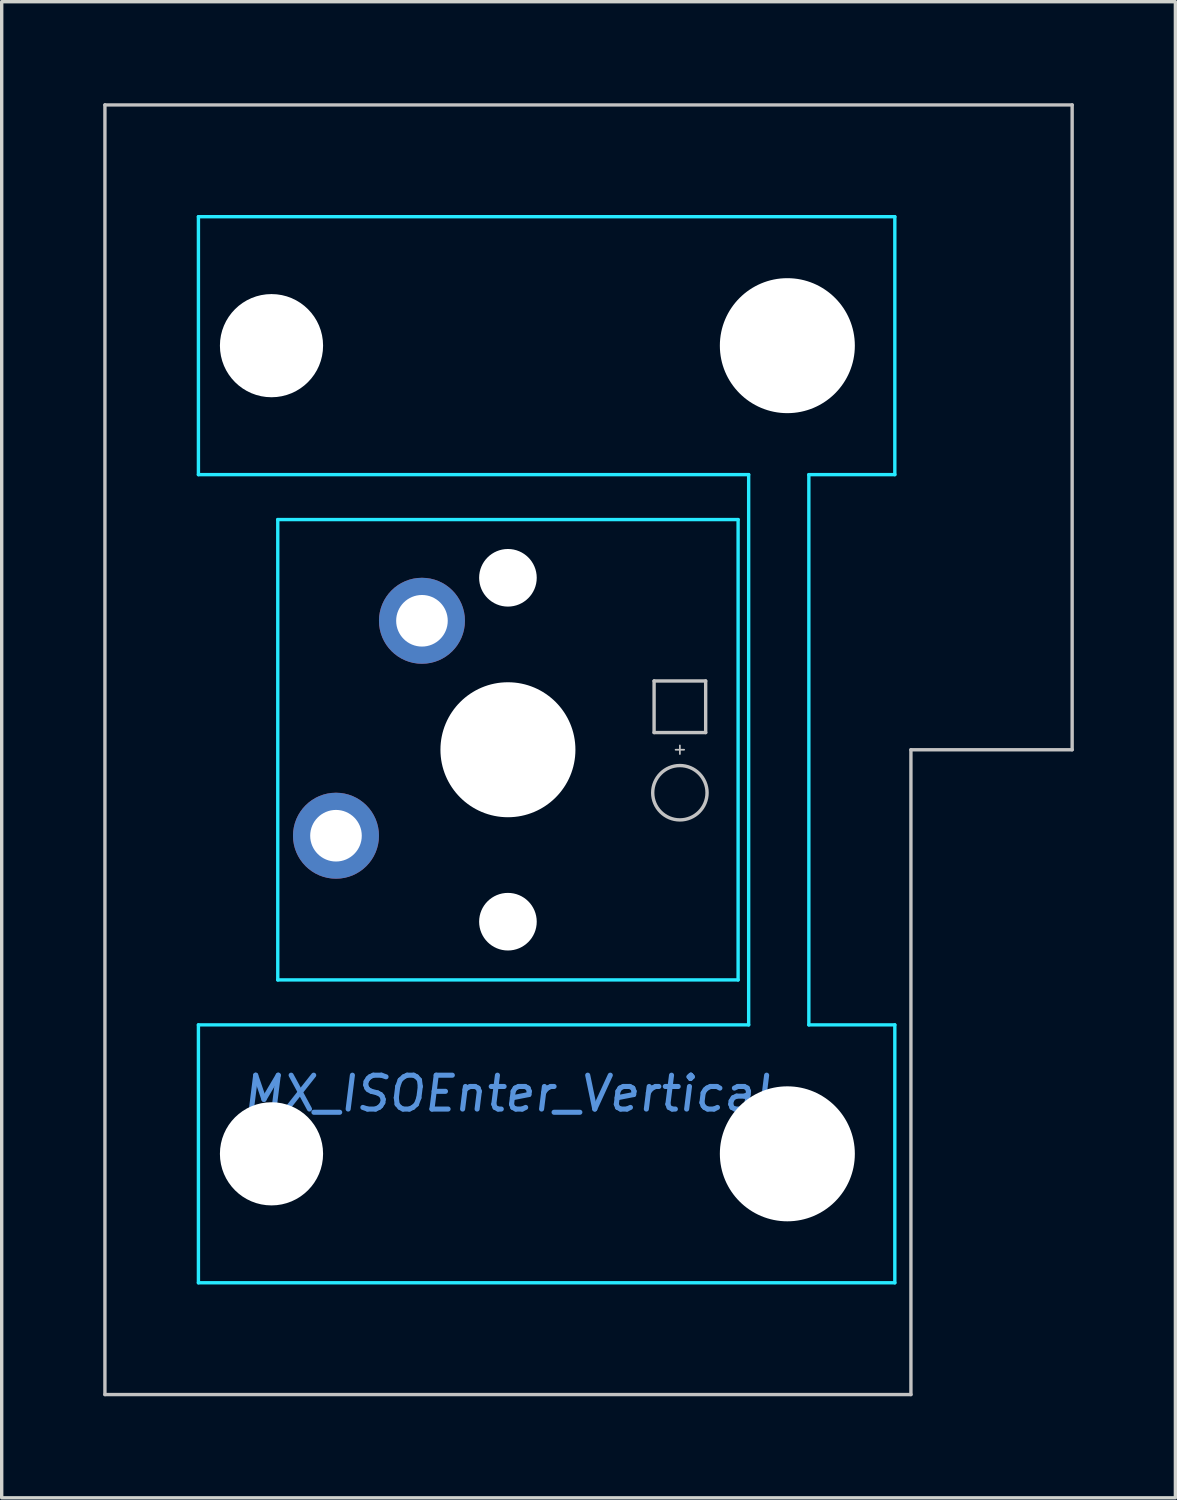
<source format=kicad_pcb>
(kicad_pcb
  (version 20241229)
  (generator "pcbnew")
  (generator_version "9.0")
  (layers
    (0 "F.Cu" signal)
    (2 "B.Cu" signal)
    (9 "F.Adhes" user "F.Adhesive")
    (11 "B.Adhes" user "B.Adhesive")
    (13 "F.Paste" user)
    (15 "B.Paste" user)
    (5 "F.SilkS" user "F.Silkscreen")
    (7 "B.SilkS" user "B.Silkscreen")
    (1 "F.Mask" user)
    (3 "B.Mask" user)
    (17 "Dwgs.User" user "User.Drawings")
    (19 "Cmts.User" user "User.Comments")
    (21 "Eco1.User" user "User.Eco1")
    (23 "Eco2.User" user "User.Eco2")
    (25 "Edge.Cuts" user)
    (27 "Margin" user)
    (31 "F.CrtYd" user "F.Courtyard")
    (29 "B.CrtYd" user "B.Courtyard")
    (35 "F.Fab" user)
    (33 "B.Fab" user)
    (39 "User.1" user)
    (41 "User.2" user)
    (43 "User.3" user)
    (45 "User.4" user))
  (footprint "MX_ISOEnter_Vertical"
    (layer "F.Cu")
    (at 11.956 19.1)
    (property "Reference" "MX_ISOEnter_Vertical" (at 0 10.16 0) (layer "Cmts.User") (effects (font (size 1 1) (thickness 0.15) (italic yes))))
    (attr through_hole)
    (fp_line (start -11.906 19.05) (end -11.906 -19.05) (stroke (width 0.1) (type solid)) (layer "Dwgs.User"))
    (fp_line (start 4.318 -0.508) (end 4.318 -2.032) (stroke (width 0.1) (type solid)) (layer "Dwgs.User"))
    (fp_line (start 4.318 -0.508) (end 5.842 -0.508) (stroke (width 0.1) (type solid)) (layer "Dwgs.User"))
    (fp_line (start 5.08 0.127) (end 5.08 -0.127) (stroke (width 0.05) (type solid)) (layer "Dwgs.User"))
    (fp_line (start 5.207 0) (end 4.953 0) (stroke (width 0.05) (type solid)) (layer "Dwgs.User"))
    (fp_line (start 5.842 -2.032) (end 4.318 -2.032) (stroke (width 0.1) (type solid)) (layer "Dwgs.User"))
    (fp_line (start 5.842 -0.508) (end 5.842 -2.032) (stroke (width 0.1) (type solid)) (layer "Dwgs.User"))
    (fp_line (start 11.906 19.05) (end -11.906 19.05) (stroke (width 0.1) (type solid)) (layer "Dwgs.User"))
    (fp_line (start 11.906 19.05) (end 11.906 0) (stroke (width 0.1) (type solid)) (layer "Dwgs.User"))
    (fp_line (start 16.669 -19.05) (end -11.906 -19.05) (stroke (width 0.1) (type solid)) (layer "Dwgs.User"))
    (fp_line (start 16.669 0) (end 11.906 0) (stroke (width 0.1) (type solid)) (layer "Dwgs.User"))
    (fp_line (start 16.669 0) (end 16.669 -19.05) (stroke (width 0.1) (type solid)) (layer "Dwgs.User"))
    (fp_circle (center 5.08 1.27) (end 5.08 0.467) (stroke (width 0.1) (type solid)) (fill no) (layer "Dwgs.User"))
    (fp_line (start -6.985 -6.73) (end -6.985 6.732) (stroke (width 0.1) (type solid)) (layer "Eco1.User"))
    (fp_line (start -6.731 6.986) (end -5.852 6.986) (stroke (width 0.1) (type solid)) (layer "Eco1.User"))
    (fp_line (start -6.537 -15.651) (end -6.537 -9.09) (stroke (width 0.1) (type solid)) (layer "Eco1.User"))
    (fp_line (start -6.537 9.091) (end -6.537 15.652) (stroke (width 0.1) (type solid)) (layer "Eco1.User"))
    (fp_line (start -6.283 -8.836) (end -5.852 -8.836) (stroke (width 0.1) (type solid)) (layer "Eco1.User"))
    (fp_line (start -6.283 15.906) (end -3.423 15.906) (stroke (width 0.1) (type solid)) (layer "Eco1.User"))
    (fp_line (start -5.852 -6.984) (end -6.731 -6.984) (stroke (width 0.1) (type solid)) (layer "Eco1.User"))
    (fp_line (start -5.852 8.837) (end -6.283 8.837) (stroke (width 0.1) (type solid)) (layer "Eco1.User"))
    (fp_line (start -5.598 -8.582) (end -5.598 -7.238) (stroke (width 0.1) (type solid)) (layer "Eco1.User"))
    (fp_line (start -5.598 7.24) (end -5.598 8.583) (stroke (width 0.1) (type solid)) (layer "Eco1.User"))
    (fp_line (start -3.423 -15.905) (end -6.283 -15.905) (stroke (width 0.1) (type solid)) (layer "Eco1.User"))
    (fp_line (start -3.169 -16.492) (end -3.169 -16.159) (stroke (width 0.1) (type solid)) (layer "Eco1.User"))
    (fp_line (start -3.169 16.16) (end -3.169 16.494) (stroke (width 0.1) (type solid)) (layer "Eco1.User"))
    (fp_line (start -2.915 16.748) (end 0.563 16.748) (stroke (width 0.1) (type solid)) (layer "Eco1.User"))
    (fp_line (start -2.286 0) (end 2.286 0) (stroke (width 0.1) (type solid)) (layer "Eco1.User"))
    (fp_line (start 0 2.159) (end 0 -2.159) (stroke (width 0.1) (type solid)) (layer "Eco1.User"))
    (fp_line (start 0.563 -16.746) (end -2.915 -16.746) (stroke (width 0.1) (type solid)) (layer "Eco1.User"))
    (fp_line (start 0.817 -16.159) (end 0.817 -16.492) (stroke (width 0.1) (type solid)) (layer "Eco1.User"))
    (fp_line (start 0.817 16.494) (end 0.817 16.16) (stroke (width 0.1) (type solid)) (layer "Eco1.User"))
    (fp_line (start 1.071 15.906) (end 6.177 15.906) (stroke (width 0.1) (type solid)) (layer "Eco1.User"))
    (fp_line (start 5.757 -7.238) (end 5.757 -8.582) (stroke (width 0.1) (type solid)) (layer "Eco1.User"))
    (fp_line (start 5.757 8.583) (end 5.757 7.24) (stroke (width 0.1) (type solid)) (layer "Eco1.User"))
    (fp_line (start 6.011 -8.836) (end 6.289 -8.836) (stroke (width 0.1) (type solid)) (layer "Eco1.User"))
    (fp_line (start 6.011 6.986) (end 6.749 6.986) (stroke (width 0.1) (type solid)) (layer "Eco1.User"))
    (fp_line (start 6.177 -15.905) (end 1.071 -15.905) (stroke (width 0.1) (type solid)) (layer "Eco1.User"))
    (fp_line (start 6.289 8.837) (end 6.011 8.837) (stroke (width 0.1) (type solid)) (layer "Eco1.User"))
    (fp_line (start 6.431 -14.42) (end 6.431 -15.651) (stroke (width 0.1) (type solid)) (layer "Eco1.User"))
    (fp_line (start 6.431 15.652) (end 6.431 14.421) (stroke (width 0.1) (type solid)) (layer "Eco1.User"))
    (fp_line (start 6.543 -9.09) (end 6.543 -10.265) (stroke (width 0.1) (type solid)) (layer "Eco1.User"))
    (fp_line (start 6.543 10.266) (end 6.543 9.091) (stroke (width 0.1) (type solid)) (layer "Eco1.User"))
    (fp_line (start 6.685 14.167) (end 7.805 14.167) (stroke (width 0.1) (type solid)) (layer "Eco1.User"))
    (fp_line (start 6.749 -6.984) (end 6.011 -6.984) (stroke (width 0.1) (type solid)) (layer "Eco1.User"))
    (fp_line (start 6.797 -10.519) (end 7.805 -10.519) (stroke (width 0.1) (type solid)) (layer "Eco1.User"))
    (fp_line (start 7.003 6.732) (end 7.003 -6.73) (stroke (width 0.1) (type solid)) (layer "Eco1.User"))
    (fp_line (start 7.805 -14.166) (end 6.685 -14.166) (stroke (width 0.1) (type solid)) (layer "Eco1.User"))
    (fp_line (start 7.805 10.52) (end 6.797 10.52) (stroke (width 0.1) (type solid)) (layer "Eco1.User"))
    (fp_line (start 8.059 -10.773) (end 8.059 -13.912) (stroke (width 0.1) (type solid)) (layer "Eco1.User"))
    (fp_line (start 8.059 13.913) (end 8.059 10.774) (stroke (width 0.1) (type solid)) (layer "Eco1.User"))
    (fp_arc (start -6.985 -6.730206) (mid -6.910605 -6.909811) (end -6.731 -6.984206) (stroke (width 0.1) (type solid)) (layer "Eco1.User"))
    (fp_arc (start -6.731 6.985812) (mid -6.910605 6.911417) (end -6.985 6.731812) (stroke (width 0.1) (type solid)) (layer "Eco1.User"))
    (fp_arc (start -6.537389 -15.650819) (mid -6.462994 -15.830424) (end -6.283389 -15.904819) (stroke (width 0.1) (type solid)) (layer "Eco1.User"))
    (fp_arc (start -6.537389 9.09126) (mid -6.462994 8.911655) (end -6.283389 8.83726) (stroke (width 0.1) (type solid)) (layer "Eco1.User"))
    (fp_arc (start -6.283389 -8.835655) (mid -6.462994 -8.91005) (end -6.537389 -9.089655) (stroke (width 0.1) (type solid)) (layer "Eco1.User"))
    (fp_arc (start -6.283389 15.906426) (mid -6.462994 15.832031) (end -6.537389 15.652426) (stroke (width 0.1) (type solid)) (layer "Eco1.User"))
    (fp_arc (start -5.851639 -8.835655) (mid -5.672034 -8.76126) (end -5.597639 -8.581655) (stroke (width 0.1) (type solid)) (layer "Eco1.User"))
    (fp_arc (start -5.851639 6.985812) (mid -5.672034 7.060207) (end -5.597639 7.239812) (stroke (width 0.1) (type solid)) (layer "Eco1.User"))
    (fp_arc (start -5.597639 -7.238206) (mid -5.672034 -7.058601) (end -5.851639 -6.984206) (stroke (width 0.1) (type solid)) (layer "Eco1.User"))
    (fp_arc (start -5.597639 8.58326) (mid -5.672034 8.762865) (end -5.851639 8.83726) (stroke (width 0.1) (type solid)) (layer "Eco1.User"))
    (fp_arc (start -3.423367 15.906426) (mid -3.243762 15.980821) (end -3.169367 16.160426) (stroke (width 0.1) (type solid)) (layer "Eco1.User"))
    (fp_arc (start -3.169367 -16.492386) (mid -3.094972 -16.671991) (end -2.915367 -16.746386) (stroke (width 0.1) (type solid)) (layer "Eco1.User"))
    (fp_arc (start -3.169367 -16.158819) (mid -3.243762 -15.979214) (end -3.423367 -15.904819) (stroke (width 0.1) (type solid)) (layer "Eco1.User"))
    (fp_arc (start -2.915367 16.747995) (mid -3.094972 16.6736) (end -3.169367 16.493995) (stroke (width 0.1) (type solid)) (layer "Eco1.User"))
    (fp_arc (start 0.562684 -16.746386) (mid 0.742289 -16.671991) (end 0.816684 -16.492386) (stroke (width 0.1) (type solid)) (layer "Eco1.User"))
    (fp_arc (start 0.816684 16.160426) (mid 0.891079 15.980821) (end 1.070684 15.906426) (stroke (width 0.1) (type solid)) (layer "Eco1.User"))
    (fp_arc (start 0.816684 16.493995) (mid 0.742289 16.6736) (end 0.562684 16.747995) (stroke (width 0.1) (type solid)) (layer "Eco1.User"))
    (fp_arc (start 1.070684 -15.904819) (mid 0.891079 -15.979214) (end 0.816684 -16.158819) (stroke (width 0.1) (type solid)) (layer "Eco1.User"))
    (fp_arc (start 5.757382 -8.581655) (mid 5.831777 -8.76126) (end 6.011382 -8.835655) (stroke (width 0.1) (type solid)) (layer "Eco1.User"))
    (fp_arc (start 5.757382 7.239812) (mid 5.831777 7.060207) (end 6.011382 6.985812) (stroke (width 0.1) (type solid)) (layer "Eco1.User"))
    (fp_arc (start 6.011382 -6.984206) (mid 5.831777 -7.058601) (end 5.757382 -7.238206) (stroke (width 0.1) (type solid)) (layer "Eco1.User"))
    (fp_arc (start 6.011382 8.83726) (mid 5.831777 8.762865) (end 5.757382 8.58326) (stroke (width 0.1) (type solid)) (layer "Eco1.User"))
    (fp_arc (start 6.176634 -15.904819) (mid 6.356239 -15.830424) (end 6.430634 -15.650819) (stroke (width 0.1) (type solid)) (layer "Eco1.User"))
    (fp_arc (start 6.288846 8.83726) (mid 6.468451 8.911655) (end 6.542846 9.09126) (stroke (width 0.1) (type solid)) (layer "Eco1.User"))
    (fp_arc (start 6.430634 14.421189) (mid 6.505029 14.241584) (end 6.684634 14.167189) (stroke (width 0.1) (type solid)) (layer "Eco1.User"))
    (fp_arc (start 6.430634 15.652426) (mid 6.356239 15.832031) (end 6.176634 15.906426) (stroke (width 0.1) (type solid)) (layer "Eco1.User"))
    (fp_arc (start 6.542846 -10.264789) (mid 6.617241 -10.444394) (end 6.796846 -10.518789) (stroke (width 0.1) (type solid)) (layer "Eco1.User"))
    (fp_arc (start 6.542846 -9.089655) (mid 6.468451 -8.91005) (end 6.288846 -8.835655) (stroke (width 0.1) (type solid)) (layer "Eco1.User"))
    (fp_arc (start 6.684634 -14.16558) (mid 6.505029 -14.239975) (end 6.430634 -14.41958) (stroke (width 0.1) (type solid)) (layer "Eco1.User"))
    (fp_arc (start 6.748758 -6.984206) (mid 6.928363 -6.909811) (end 7.002758 -6.730206) (stroke (width 0.1) (type solid)) (layer "Eco1.User"))
    (fp_arc (start 6.796846 10.520399) (mid 6.617241 10.446004) (end 6.542846 10.266399) (stroke (width 0.1) (type solid)) (layer "Eco1.User"))
    (fp_arc (start 7.002758 6.731812) (mid 6.928363 6.911417) (end 6.748758 6.985812) (stroke (width 0.1) (type solid)) (layer "Eco1.User"))
    (fp_arc (start 7.80542 -14.16558) (mid 7.985025 -14.091185) (end 8.05942 -13.91158) (stroke (width 0.1) (type solid)) (layer "Eco1.User"))
    (fp_arc (start 7.80542 10.520399) (mid 7.985025 10.594794) (end 8.05942 10.774399) (stroke (width 0.1) (type solid)) (layer "Eco1.User"))
    (fp_arc (start 8.05942 13.913189) (mid 7.985025 14.092794) (end 7.80542 14.167189) (stroke (width 0.1) (type solid)) (layer "Eco1.User"))
    (fp_circle (center 0 0) (end 0 -1.905) (stroke (width 0.1) (type solid)) (fill no) (layer "Eco1.User"))
    (fp_line (start -9.144 -15.748) (end 11.43 -15.748) (stroke (width 0.1) (type solid)) (layer "B.CrtYd"))
    (fp_line (start -9.144 -8.128) (end -9.144 -15.748) (stroke (width 0.1) (type solid)) (layer "B.CrtYd"))
    (fp_line (start -9.144 -8.128) (end 7.112 -8.128) (stroke (width 0.1) (type solid)) (layer "B.CrtYd"))
    (fp_line (start -9.144 8.128) (end 7.112 8.128) (stroke (width 0.1) (type solid)) (layer "B.CrtYd"))
    (fp_line (start -9.144 15.748) (end -9.144 8.128) (stroke (width 0.1) (type solid)) (layer "B.CrtYd"))
    (fp_line (start -6.8 6.8) (end -6.8 -6.8) (stroke (width 0.1) (type solid)) (layer "B.CrtYd"))
    (fp_line (start 6.8 -6.8) (end -6.8 -6.8) (stroke (width 0.1) (type solid)) (layer "B.CrtYd"))
    (fp_line (start 6.8 6.8) (end -6.8 6.8) (stroke (width 0.1) (type solid)) (layer "B.CrtYd"))
    (fp_line (start 6.8 6.8) (end 6.8 -6.8) (stroke (width 0.1) (type solid)) (layer "B.CrtYd"))
    (fp_line (start 7.112 8.128) (end 7.112 -8.128) (stroke (width 0.1) (type solid)) (layer "B.CrtYd"))
    (fp_line (start 8.89 8.128) (end 8.89 -8.128) (stroke (width 0.1) (type solid)) (layer "B.CrtYd"))
    (fp_line (start 11.43 -15.748) (end 11.43 -8.128) (stroke (width 0.1) (type solid)) (layer "B.CrtYd"))
    (fp_line (start 11.43 -8.128) (end 8.89 -8.128) (stroke (width 0.1) (type solid)) (layer "B.CrtYd"))
    (fp_line (start 11.43 8.128) (end 8.89 8.128) (stroke (width 0.1) (type solid)) (layer "B.CrtYd"))
    (fp_line (start 11.43 8.128) (end 11.43 15.748) (stroke (width 0.1) (type solid)) (layer "B.CrtYd"))
    (fp_line (start 11.43 15.748) (end -9.144 15.748) (stroke (width 0.1) (type solid)) (layer "B.CrtYd"))
    (pad "" np_thru_hole circle (at -6.985 -11.938 90) (size 3.048 3.048) (drill 3.048) (layers "*.Cu" "*.Mask"))
    (pad "" np_thru_hole circle (at -6.985 11.938 90) (size 3.048 3.048) (drill 3.048) (layers "*.Cu" "*.Mask"))
    (pad "" np_thru_hole circle (at 0 -5.08 90) (size 1.702 1.702) (drill 1.702) (layers "*.Cu" "*.Mask"))
    (pad "" np_thru_hole circle (at 0 0 90) (size 3.988 3.988) (drill 3.988) (layers "*.Cu" "*.Mask"))
    (pad "" np_thru_hole circle (at 0 5.08 90) (size 1.702 1.702) (drill 1.702) (layers "*.Cu" "*.Mask"))
    (pad "" np_thru_hole circle (at 8.255 -11.938 90) (size 3.988 3.988) (drill 3.988) (layers "*.Cu" "*.Mask"))
    (pad "" np_thru_hole circle (at 8.255 11.938 90) (size 3.988 3.988) (drill 3.988) (layers "*.Cu" "*.Mask"))
    (pad "1" thru_hole circle (at -5.08 2.54 90) (size 2.54 2.54) (drill 1.524) (layers "*.Cu" "*.Mask"))
    (pad "2" thru_hole circle (at -2.54 -3.81 90) (size 2.54 2.54) (drill 1.524) (layers "*.Cu" "*.Mask")))
  (gr_rect
    (start -3 -3)
    (end 31.675 41.2)
    (stroke (width 0.1) (type default))
    (fill no)
    (layer "Edge.Cuts")))
</source>
